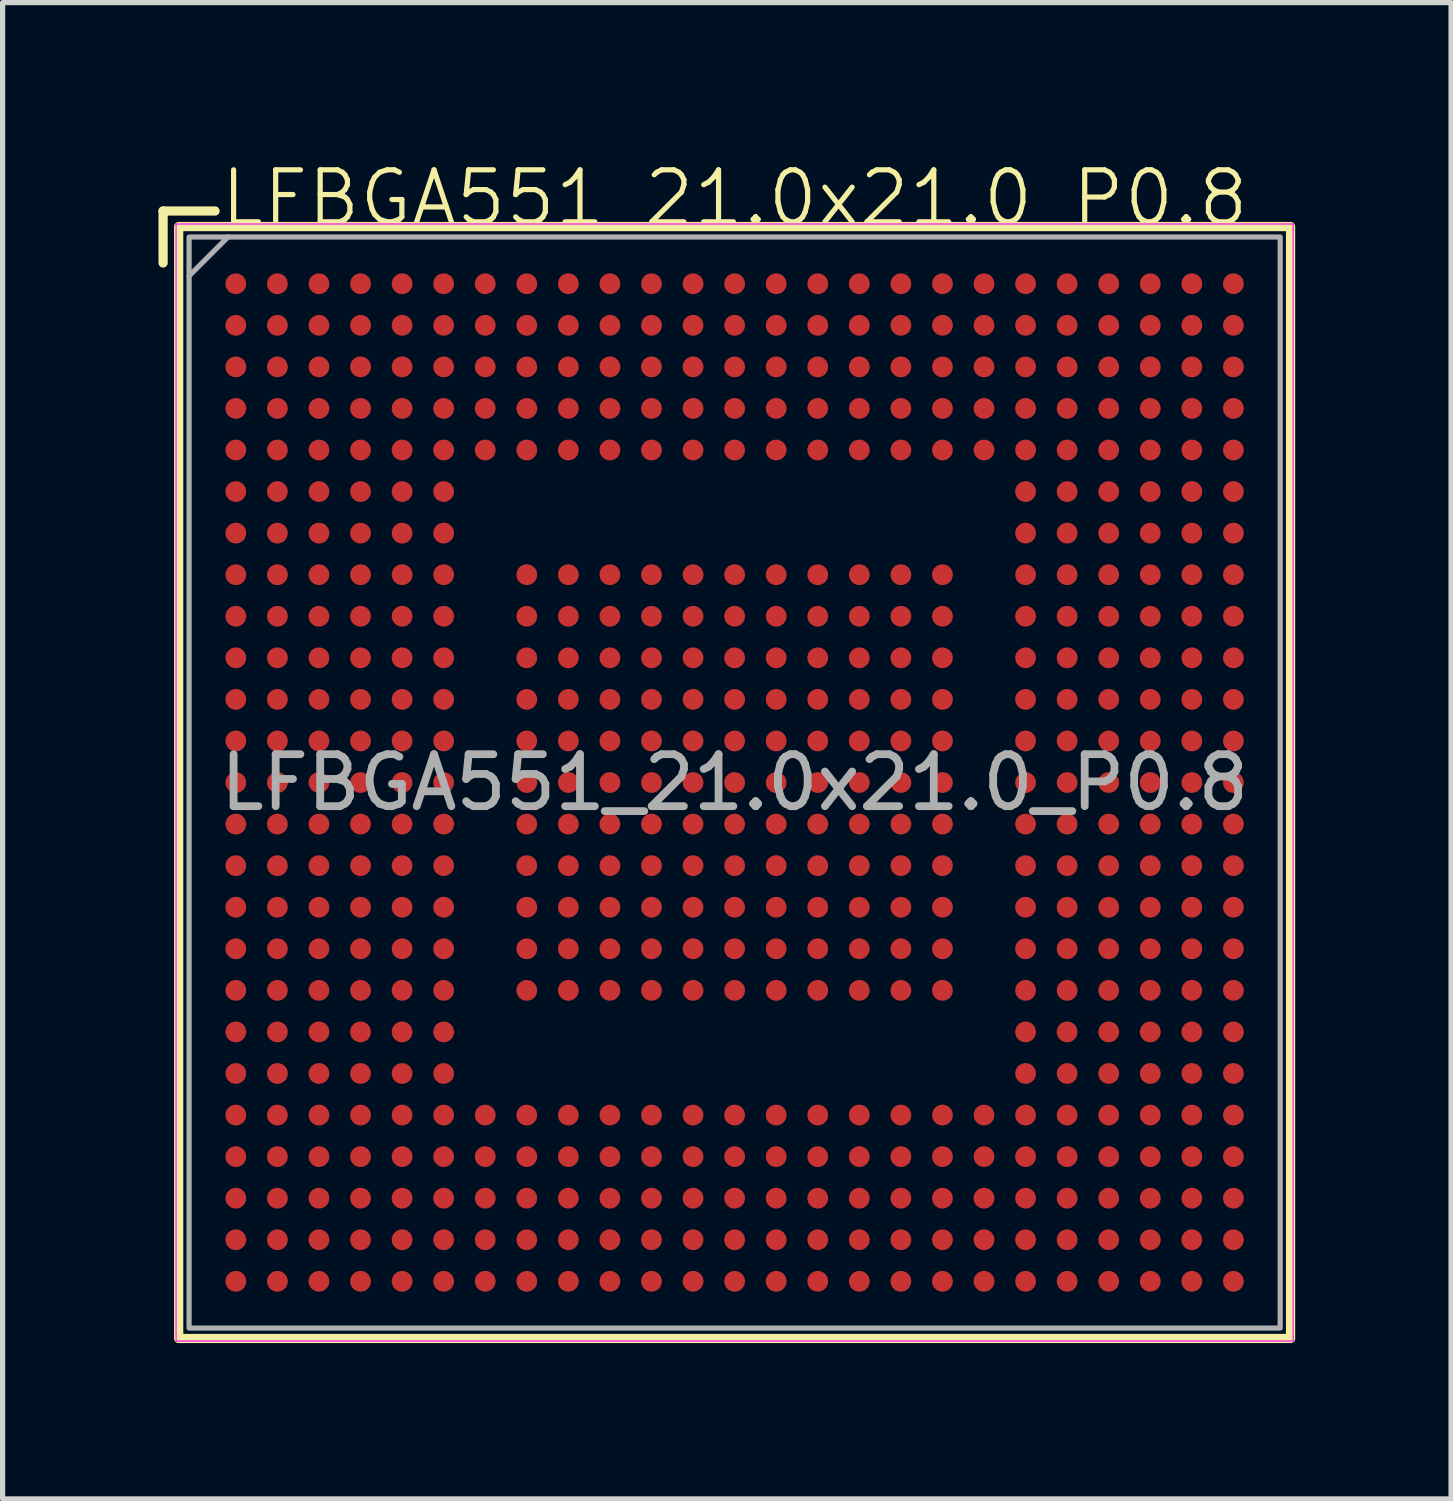
<source format=kicad_pcb>
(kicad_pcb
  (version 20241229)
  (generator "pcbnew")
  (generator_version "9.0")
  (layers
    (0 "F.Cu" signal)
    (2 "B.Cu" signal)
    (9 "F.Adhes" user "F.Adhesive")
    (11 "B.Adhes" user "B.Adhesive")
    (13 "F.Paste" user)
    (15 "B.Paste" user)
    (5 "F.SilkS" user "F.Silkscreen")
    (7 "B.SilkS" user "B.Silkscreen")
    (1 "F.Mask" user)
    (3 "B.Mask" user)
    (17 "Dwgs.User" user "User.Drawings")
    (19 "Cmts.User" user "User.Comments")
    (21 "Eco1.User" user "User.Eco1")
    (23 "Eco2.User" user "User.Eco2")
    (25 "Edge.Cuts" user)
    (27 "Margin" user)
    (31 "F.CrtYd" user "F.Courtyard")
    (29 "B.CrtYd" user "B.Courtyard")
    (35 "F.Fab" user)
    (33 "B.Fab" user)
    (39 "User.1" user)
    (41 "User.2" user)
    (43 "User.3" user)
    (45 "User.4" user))
  (footprint "LFBGA551_21.0x21.0_P0.8"
    (layer "F.Cu")
    (at 11.089 12.011)
    (property "Reference" "LFBGA551_21.0x21.0_P0.8" (at 0 -11.25 0) (unlocked yes) (layer "F.SilkS") (effects (font (size 1 1) (thickness 0.1))))
    (attr smd)
    (fp_line (start -11 -11) (end -10 -11) (stroke (width 0.178) (type default)) (layer "F.SilkS"))
    (fp_line (start -11 -10) (end -11 -11) (stroke (width 0.178) (type default)) (layer "F.SilkS"))
    (fp_rect (start -10.7 -10.7) (end 10.7 10.7) (stroke (width 0.178) (type default)) (fill no) (layer "F.SilkS"))
    (fp_rect (start -10.75 -10.75) (end 10.75 10.75) (stroke (width 0.025) (type default)) (fill no) (layer "F.CrtYd"))
    (fp_line (start -10.5 -9.75) (end -9.75 -10.5) (stroke (width 0.1) (type default)) (layer "F.Fab"))
    (fp_rect (start -10.5 -10.5) (end 10.5 10.5) (stroke (width 0.1) (type default)) (fill no) (layer "F.Fab"))
    (fp_text user "${REFERENCE}" (at 0 0 0) (unlocked yes) (layer "F.Fab") (effects (font (size 1 1) (thickness 0.15))))
    (pad "A1" smd circle (at -9.6 -9.6) (size 0.4 0.4) (layers "F.Cu" "F.Mask" "F.Paste"))
    (pad "A2" smd circle (at -8.8 -9.6) (size 0.4 0.4) (layers "F.Cu" "F.Mask" "F.Paste"))
    (pad "A3" smd circle (at -8 -9.6) (size 0.4 0.4) (layers "F.Cu" "F.Mask" "F.Paste"))
    (pad "A4" smd circle (at -7.2 -9.6) (size 0.4 0.4) (layers "F.Cu" "F.Mask" "F.Paste"))
    (pad "A5" smd circle (at -6.4 -9.6) (size 0.4 0.4) (layers "F.Cu" "F.Mask" "F.Paste"))
    (pad "A6" smd circle (at -5.6 -9.6) (size 0.4 0.4) (layers "F.Cu" "F.Mask" "F.Paste"))
    (pad "A7" smd circle (at -4.8 -9.6) (size 0.4 0.4) (layers "F.Cu" "F.Mask" "F.Paste"))
    (pad "A8" smd circle (at -4 -9.6) (size 0.4 0.4) (layers "F.Cu" "F.Mask" "F.Paste"))
    (pad "A9" smd circle (at -3.2 -9.6) (size 0.4 0.4) (layers "F.Cu" "F.Mask" "F.Paste"))
    (pad "A10" smd circle (at -2.4 -9.6) (size 0.4 0.4) (layers "F.Cu" "F.Mask" "F.Paste"))
    (pad "A11" smd circle (at -1.6 -9.6) (size 0.4 0.4) (layers "F.Cu" "F.Mask" "F.Paste"))
    (pad "A12" smd circle (at -0.8 -9.6) (size 0.4 0.4) (layers "F.Cu" "F.Mask" "F.Paste"))
    (pad "A13" smd circle (at 0 -9.6) (size 0.4 0.4) (layers "F.Cu" "F.Mask" "F.Paste"))
    (pad "A14" smd circle (at 0.8 -9.6) (size 0.4 0.4) (layers "F.Cu" "F.Mask" "F.Paste"))
    (pad "A15" smd circle (at 1.6 -9.6) (size 0.4 0.4) (layers "F.Cu" "F.Mask" "F.Paste"))
    (pad "A16" smd circle (at 2.4 -9.6) (size 0.4 0.4) (layers "F.Cu" "F.Mask" "F.Paste"))
    (pad "A17" smd circle (at 3.2 -9.6) (size 0.4 0.4) (layers "F.Cu" "F.Mask" "F.Paste"))
    (pad "A18" smd circle (at 4 -9.6) (size 0.4 0.4) (layers "F.Cu" "F.Mask" "F.Paste"))
    (pad "A19" smd circle (at 4.8 -9.6) (size 0.4 0.4) (layers "F.Cu" "F.Mask" "F.Paste"))
    (pad "A20" smd circle (at 5.6 -9.6) (size 0.4 0.4) (layers "F.Cu" "F.Mask" "F.Paste"))
    (pad "A21" smd circle (at 6.4 -9.6) (size 0.4 0.4) (layers "F.Cu" "F.Mask" "F.Paste"))
    (pad "A22" smd circle (at 7.2 -9.6) (size 0.4 0.4) (layers "F.Cu" "F.Mask" "F.Paste"))
    (pad "A23" smd circle (at 8 -9.6) (size 0.4 0.4) (layers "F.Cu" "F.Mask" "F.Paste"))
    (pad "A24" smd circle (at 8.8 -9.6) (size 0.4 0.4) (layers "F.Cu" "F.Mask" "F.Paste"))
    (pad "A25" smd circle (at 9.6 -9.6) (size 0.4 0.4) (layers "F.Cu" "F.Mask" "F.Paste"))
    (pad "AA1" smd circle (at -9.6 6.4) (size 0.4 0.4) (layers "F.Cu" "F.Mask" "F.Paste"))
    (pad "AA2" smd circle (at -8.8 6.4) (size 0.4 0.4) (layers "F.Cu" "F.Mask" "F.Paste"))
    (pad "AA3" smd circle (at -8 6.4) (size 0.4 0.4) (layers "F.Cu" "F.Mask" "F.Paste"))
    (pad "AA4" smd circle (at -7.2 6.4) (size 0.4 0.4) (layers "F.Cu" "F.Mask" "F.Paste"))
    (pad "AA5" smd circle (at -6.4 6.4) (size 0.4 0.4) (layers "F.Cu" "F.Mask" "F.Paste"))
    (pad "AA6" smd circle (at -5.6 6.4) (size 0.4 0.4) (layers "F.Cu" "F.Mask" "F.Paste"))
    (pad "AA7" smd circle (at -4.8 6.4) (size 0.4 0.4) (layers "F.Cu" "F.Mask" "F.Paste"))
    (pad "AA8" smd circle (at -4 6.4) (size 0.4 0.4) (layers "F.Cu" "F.Mask" "F.Paste"))
    (pad "AA9" smd circle (at -3.2 6.4) (size 0.4 0.4) (layers "F.Cu" "F.Mask" "F.Paste"))
    (pad "AA10" smd circle (at -2.4 6.4) (size 0.4 0.4) (layers "F.Cu" "F.Mask" "F.Paste"))
    (pad "AA11" smd circle (at -1.6 6.4) (size 0.4 0.4) (layers "F.Cu" "F.Mask" "F.Paste"))
    (pad "AA12" smd circle (at -0.8 6.4) (size 0.4 0.4) (layers "F.Cu" "F.Mask" "F.Paste"))
    (pad "AA13" smd circle (at 0 6.4) (size 0.4 0.4) (layers "F.Cu" "F.Mask" "F.Paste"))
    (pad "AA14" smd circle (at 0.8 6.4) (size 0.4 0.4) (layers "F.Cu" "F.Mask" "F.Paste"))
    (pad "AA15" smd circle (at 1.6 6.4) (size 0.4 0.4) (layers "F.Cu" "F.Mask" "F.Paste"))
    (pad "AA16" smd circle (at 2.4 6.4) (size 0.4 0.4) (layers "F.Cu" "F.Mask" "F.Paste"))
    (pad "AA17" smd circle (at 3.2 6.4) (size 0.4 0.4) (layers "F.Cu" "F.Mask" "F.Paste"))
    (pad "AA18" smd circle (at 4 6.4) (size 0.4 0.4) (layers "F.Cu" "F.Mask" "F.Paste"))
    (pad "AA19" smd circle (at 4.8 6.4) (size 0.4 0.4) (layers "F.Cu" "F.Mask" "F.Paste"))
    (pad "AA20" smd circle (at 5.6 6.4) (size 0.4 0.4) (layers "F.Cu" "F.Mask" "F.Paste"))
    (pad "AA21" smd circle (at 6.4 6.4) (size 0.4 0.4) (layers "F.Cu" "F.Mask" "F.Paste"))
    (pad "AA22" smd circle (at 7.2 6.4) (size 0.4 0.4) (layers "F.Cu" "F.Mask" "F.Paste"))
    (pad "AA23" smd circle (at 8 6.4) (size 0.4 0.4) (layers "F.Cu" "F.Mask" "F.Paste"))
    (pad "AA24" smd circle (at 8.8 6.4) (size 0.4 0.4) (layers "F.Cu" "F.Mask" "F.Paste"))
    (pad "AA25" smd circle (at 9.6 6.4) (size 0.4 0.4) (layers "F.Cu" "F.Mask" "F.Paste"))
    (pad "AB1" smd circle (at -9.6 7.2) (size 0.4 0.4) (layers "F.Cu" "F.Mask" "F.Paste"))
    (pad "AB2" smd circle (at -8.8 7.2) (size 0.4 0.4) (layers "F.Cu" "F.Mask" "F.Paste"))
    (pad "AB3" smd circle (at -8 7.2) (size 0.4 0.4) (layers "F.Cu" "F.Mask" "F.Paste"))
    (pad "AB4" smd circle (at -7.2 7.2) (size 0.4 0.4) (layers "F.Cu" "F.Mask" "F.Paste"))
    (pad "AB5" smd circle (at -6.4 7.2) (size 0.4 0.4) (layers "F.Cu" "F.Mask" "F.Paste"))
    (pad "AB6" smd circle (at -5.6 7.2) (size 0.4 0.4) (layers "F.Cu" "F.Mask" "F.Paste"))
    (pad "AB7" smd circle (at -4.8 7.2) (size 0.4 0.4) (layers "F.Cu" "F.Mask" "F.Paste"))
    (pad "AB8" smd circle (at -4 7.2) (size 0.4 0.4) (layers "F.Cu" "F.Mask" "F.Paste"))
    (pad "AB9" smd circle (at -3.2 7.2) (size 0.4 0.4) (layers "F.Cu" "F.Mask" "F.Paste"))
    (pad "AB10" smd circle (at -2.4 7.2) (size 0.4 0.4) (layers "F.Cu" "F.Mask" "F.Paste"))
    (pad "AB11" smd circle (at -1.6 7.2) (size 0.4 0.4) (layers "F.Cu" "F.Mask" "F.Paste"))
    (pad "AB12" smd circle (at -0.8 7.2) (size 0.4 0.4) (layers "F.Cu" "F.Mask" "F.Paste"))
    (pad "AB13" smd circle (at 0 7.2) (size 0.4 0.4) (layers "F.Cu" "F.Mask" "F.Paste"))
    (pad "AB14" smd circle (at 0.8 7.2) (size 0.4 0.4) (layers "F.Cu" "F.Mask" "F.Paste"))
    (pad "AB15" smd circle (at 1.6 7.2) (size 0.4 0.4) (layers "F.Cu" "F.Mask" "F.Paste"))
    (pad "AB16" smd circle (at 2.4 7.2) (size 0.4 0.4) (layers "F.Cu" "F.Mask" "F.Paste"))
    (pad "AB17" smd circle (at 3.2 7.2) (size 0.4 0.4) (layers "F.Cu" "F.Mask" "F.Paste"))
    (pad "AB18" smd circle (at 4 7.2) (size 0.4 0.4) (layers "F.Cu" "F.Mask" "F.Paste"))
    (pad "AB19" smd circle (at 4.8 7.2) (size 0.4 0.4) (layers "F.Cu" "F.Mask" "F.Paste"))
    (pad "AB20" smd circle (at 5.6 7.2) (size 0.4 0.4) (layers "F.Cu" "F.Mask" "F.Paste"))
    (pad "AB21" smd circle (at 6.4 7.2) (size 0.4 0.4) (layers "F.Cu" "F.Mask" "F.Paste"))
    (pad "AB22" smd circle (at 7.2 7.2) (size 0.4 0.4) (layers "F.Cu" "F.Mask" "F.Paste"))
    (pad "AB23" smd circle (at 8 7.2) (size 0.4 0.4) (layers "F.Cu" "F.Mask" "F.Paste"))
    (pad "AB24" smd circle (at 8.8 7.2) (size 0.4 0.4) (layers "F.Cu" "F.Mask" "F.Paste"))
    (pad "AB25" smd circle (at 9.6 7.2) (size 0.4 0.4) (layers "F.Cu" "F.Mask" "F.Paste"))
    (pad "AC1" smd circle (at -9.6 8) (size 0.4 0.4) (layers "F.Cu" "F.Mask" "F.Paste"))
    (pad "AC2" smd circle (at -8.8 8) (size 0.4 0.4) (layers "F.Cu" "F.Mask" "F.Paste"))
    (pad "AC3" smd circle (at -8 8) (size 0.4 0.4) (layers "F.Cu" "F.Mask" "F.Paste"))
    (pad "AC4" smd circle (at -7.2 8) (size 0.4 0.4) (layers "F.Cu" "F.Mask" "F.Paste"))
    (pad "AC5" smd circle (at -6.4 8) (size 0.4 0.4) (layers "F.Cu" "F.Mask" "F.Paste"))
    (pad "AC6" smd circle (at -5.6 8) (size 0.4 0.4) (layers "F.Cu" "F.Mask" "F.Paste"))
    (pad "AC7" smd circle (at -4.8 8) (size 0.4 0.4) (layers "F.Cu" "F.Mask" "F.Paste"))
    (pad "AC8" smd circle (at -4 8) (size 0.4 0.4) (layers "F.Cu" "F.Mask" "F.Paste"))
    (pad "AC9" smd circle (at -3.2 8) (size 0.4 0.4) (layers "F.Cu" "F.Mask" "F.Paste"))
    (pad "AC10" smd circle (at -2.4 8) (size 0.4 0.4) (layers "F.Cu" "F.Mask" "F.Paste"))
    (pad "AC11" smd circle (at -1.6 8) (size 0.4 0.4) (layers "F.Cu" "F.Mask" "F.Paste"))
    (pad "AC12" smd circle (at -0.8 8) (size 0.4 0.4) (layers "F.Cu" "F.Mask" "F.Paste"))
    (pad "AC13" smd circle (at 0 8) (size 0.4 0.4) (layers "F.Cu" "F.Mask" "F.Paste"))
    (pad "AC14" smd circle (at 0.8 8) (size 0.4 0.4) (layers "F.Cu" "F.Mask" "F.Paste"))
    (pad "AC15" smd circle (at 1.6 8) (size 0.4 0.4) (layers "F.Cu" "F.Mask" "F.Paste"))
    (pad "AC16" smd circle (at 2.4 8) (size 0.4 0.4) (layers "F.Cu" "F.Mask" "F.Paste"))
    (pad "AC17" smd circle (at 3.2 8) (size 0.4 0.4) (layers "F.Cu" "F.Mask" "F.Paste"))
    (pad "AC18" smd circle (at 4 8) (size 0.4 0.4) (layers "F.Cu" "F.Mask" "F.Paste"))
    (pad "AC19" smd circle (at 4.8 8) (size 0.4 0.4) (layers "F.Cu" "F.Mask" "F.Paste"))
    (pad "AC20" smd circle (at 5.6 8) (size 0.4 0.4) (layers "F.Cu" "F.Mask" "F.Paste"))
    (pad "AC21" smd circle (at 6.4 8) (size 0.4 0.4) (layers "F.Cu" "F.Mask" "F.Paste"))
    (pad "AC22" smd circle (at 7.2 8) (size 0.4 0.4) (layers "F.Cu" "F.Mask" "F.Paste"))
    (pad "AC23" smd circle (at 8 8) (size 0.4 0.4) (layers "F.Cu" "F.Mask" "F.Paste"))
    (pad "AC24" smd circle (at 8.8 8) (size 0.4 0.4) (layers "F.Cu" "F.Mask" "F.Paste"))
    (pad "AC25" smd circle (at 9.6 8) (size 0.4 0.4) (layers "F.Cu" "F.Mask" "F.Paste"))
    (pad "AD1" smd circle (at -9.6 8.8) (size 0.4 0.4) (layers "F.Cu" "F.Mask" "F.Paste"))
    (pad "AD2" smd circle (at -8.8 8.8) (size 0.4 0.4) (layers "F.Cu" "F.Mask" "F.Paste"))
    (pad "AD3" smd circle (at -8 8.8) (size 0.4 0.4) (layers "F.Cu" "F.Mask" "F.Paste"))
    (pad "AD4" smd circle (at -7.2 8.8) (size 0.4 0.4) (layers "F.Cu" "F.Mask" "F.Paste"))
    (pad "AD5" smd circle (at -6.4 8.8) (size 0.4 0.4) (layers "F.Cu" "F.Mask" "F.Paste"))
    (pad "AD6" smd circle (at -5.6 8.8) (size 0.4 0.4) (layers "F.Cu" "F.Mask" "F.Paste"))
    (pad "AD7" smd circle (at -4.8 8.8) (size 0.4 0.4) (layers "F.Cu" "F.Mask" "F.Paste"))
    (pad "AD8" smd circle (at -4 8.8) (size 0.4 0.4) (layers "F.Cu" "F.Mask" "F.Paste"))
    (pad "AD9" smd circle (at -3.2 8.8) (size 0.4 0.4) (layers "F.Cu" "F.Mask" "F.Paste"))
    (pad "AD10" smd circle (at -2.4 8.8) (size 0.4 0.4) (layers "F.Cu" "F.Mask" "F.Paste"))
    (pad "AD11" smd circle (at -1.6 8.8) (size 0.4 0.4) (layers "F.Cu" "F.Mask" "F.Paste"))
    (pad "AD12" smd circle (at -0.8 8.8) (size 0.4 0.4) (layers "F.Cu" "F.Mask" "F.Paste"))
    (pad "AD13" smd circle (at 0 8.8) (size 0.4 0.4) (layers "F.Cu" "F.Mask" "F.Paste"))
    (pad "AD14" smd circle (at 0.8 8.8) (size 0.4 0.4) (layers "F.Cu" "F.Mask" "F.Paste"))
    (pad "AD15" smd circle (at 1.6 8.8) (size 0.4 0.4) (layers "F.Cu" "F.Mask" "F.Paste"))
    (pad "AD16" smd circle (at 2.4 8.8) (size 0.4 0.4) (layers "F.Cu" "F.Mask" "F.Paste"))
    (pad "AD17" smd circle (at 3.2 8.8) (size 0.4 0.4) (layers "F.Cu" "F.Mask" "F.Paste"))
    (pad "AD18" smd circle (at 4 8.8) (size 0.4 0.4) (layers "F.Cu" "F.Mask" "F.Paste"))
    (pad "AD19" smd circle (at 4.8 8.8) (size 0.4 0.4) (layers "F.Cu" "F.Mask" "F.Paste"))
    (pad "AD20" smd circle (at 5.6 8.8) (size 0.4 0.4) (layers "F.Cu" "F.Mask" "F.Paste"))
    (pad "AD21" smd circle (at 6.4 8.8) (size 0.4 0.4) (layers "F.Cu" "F.Mask" "F.Paste"))
    (pad "AD22" smd circle (at 7.2 8.8) (size 0.4 0.4) (layers "F.Cu" "F.Mask" "F.Paste"))
    (pad "AD23" smd circle (at 8 8.8) (size 0.4 0.4) (layers "F.Cu" "F.Mask" "F.Paste"))
    (pad "AD24" smd circle (at 8.8 8.8) (size 0.4 0.4) (layers "F.Cu" "F.Mask" "F.Paste"))
    (pad "AD25" smd circle (at 9.6 8.8) (size 0.4 0.4) (layers "F.Cu" "F.Mask" "F.Paste"))
    (pad "AE1" smd circle (at -9.6 9.6) (size 0.4 0.4) (layers "F.Cu" "F.Mask" "F.Paste"))
    (pad "AE2" smd circle (at -8.8 9.6) (size 0.4 0.4) (layers "F.Cu" "F.Mask" "F.Paste"))
    (pad "AE3" smd circle (at -8 9.6) (size 0.4 0.4) (layers "F.Cu" "F.Mask" "F.Paste"))
    (pad "AE4" smd circle (at -7.2 9.6) (size 0.4 0.4) (layers "F.Cu" "F.Mask" "F.Paste"))
    (pad "AE5" smd circle (at -6.4 9.6) (size 0.4 0.4) (layers "F.Cu" "F.Mask" "F.Paste"))
    (pad "AE6" smd circle (at -5.6 9.6) (size 0.4 0.4) (layers "F.Cu" "F.Mask" "F.Paste"))
    (pad "AE7" smd circle (at -4.8 9.6) (size 0.4 0.4) (layers "F.Cu" "F.Mask" "F.Paste"))
    (pad "AE8" smd circle (at -4 9.6) (size 0.4 0.4) (layers "F.Cu" "F.Mask" "F.Paste"))
    (pad "AE9" smd circle (at -3.2 9.6) (size 0.4 0.4) (layers "F.Cu" "F.Mask" "F.Paste"))
    (pad "AE10" smd circle (at -2.4 9.6) (size 0.4 0.4) (layers "F.Cu" "F.Mask" "F.Paste"))
    (pad "AE11" smd circle (at -1.6 9.6) (size 0.4 0.4) (layers "F.Cu" "F.Mask" "F.Paste"))
    (pad "AE12" smd circle (at -0.8 9.6) (size 0.4 0.4) (layers "F.Cu" "F.Mask" "F.Paste"))
    (pad "AE13" smd circle (at 0 9.6) (size 0.4 0.4) (layers "F.Cu" "F.Mask" "F.Paste"))
    (pad "AE14" smd circle (at 0.8 9.6) (size 0.4 0.4) (layers "F.Cu" "F.Mask" "F.Paste"))
    (pad "AE15" smd circle (at 1.6 9.6) (size 0.4 0.4) (layers "F.Cu" "F.Mask" "F.Paste"))
    (pad "AE16" smd circle (at 2.4 9.6) (size 0.4 0.4) (layers "F.Cu" "F.Mask" "F.Paste"))
    (pad "AE17" smd circle (at 3.2 9.6) (size 0.4 0.4) (layers "F.Cu" "F.Mask" "F.Paste"))
    (pad "AE18" smd circle (at 4 9.6) (size 0.4 0.4) (layers "F.Cu" "F.Mask" "F.Paste"))
    (pad "AE19" smd circle (at 4.8 9.6) (size 0.4 0.4) (layers "F.Cu" "F.Mask" "F.Paste"))
    (pad "AE20" smd circle (at 5.6 9.6) (size 0.4 0.4) (layers "F.Cu" "F.Mask" "F.Paste"))
    (pad "AE21" smd circle (at 6.4 9.6) (size 0.4 0.4) (layers "F.Cu" "F.Mask" "F.Paste"))
    (pad "AE22" smd circle (at 7.2 9.6) (size 0.4 0.4) (layers "F.Cu" "F.Mask" "F.Paste"))
    (pad "AE23" smd circle (at 8 9.6) (size 0.4 0.4) (layers "F.Cu" "F.Mask" "F.Paste"))
    (pad "AE24" smd circle (at 8.8 9.6) (size 0.4 0.4) (layers "F.Cu" "F.Mask" "F.Paste"))
    (pad "AE25" smd circle (at 9.6 9.6) (size 0.4 0.4) (layers "F.Cu" "F.Mask" "F.Paste"))
    (pad "B1" smd circle (at -9.6 -8.8) (size 0.4 0.4) (layers "F.Cu" "F.Mask" "F.Paste"))
    (pad "B2" smd circle (at -8.8 -8.8) (size 0.4 0.4) (layers "F.Cu" "F.Mask" "F.Paste"))
    (pad "B3" smd circle (at -8 -8.8) (size 0.4 0.4) (layers "F.Cu" "F.Mask" "F.Paste"))
    (pad "B4" smd circle (at -7.2 -8.8) (size 0.4 0.4) (layers "F.Cu" "F.Mask" "F.Paste"))
    (pad "B5" smd circle (at -6.4 -8.8) (size 0.4 0.4) (layers "F.Cu" "F.Mask" "F.Paste"))
    (pad "B6" smd circle (at -5.6 -8.8) (size 0.4 0.4) (layers "F.Cu" "F.Mask" "F.Paste"))
    (pad "B7" smd circle (at -4.8 -8.8) (size 0.4 0.4) (layers "F.Cu" "F.Mask" "F.Paste"))
    (pad "B8" smd circle (at -4 -8.8) (size 0.4 0.4) (layers "F.Cu" "F.Mask" "F.Paste"))
    (pad "B9" smd circle (at -3.2 -8.8) (size 0.4 0.4) (layers "F.Cu" "F.Mask" "F.Paste"))
    (pad "B10" smd circle (at -2.4 -8.8) (size 0.4 0.4) (layers "F.Cu" "F.Mask" "F.Paste"))
    (pad "B11" smd circle (at -1.6 -8.8) (size 0.4 0.4) (layers "F.Cu" "F.Mask" "F.Paste"))
    (pad "B12" smd circle (at -0.8 -8.8) (size 0.4 0.4) (layers "F.Cu" "F.Mask" "F.Paste"))
    (pad "B13" smd circle (at 0 -8.8) (size 0.4 0.4) (layers "F.Cu" "F.Mask" "F.Paste"))
    (pad "B14" smd circle (at 0.8 -8.8) (size 0.4 0.4) (layers "F.Cu" "F.Mask" "F.Paste"))
    (pad "B15" smd circle (at 1.6 -8.8) (size 0.4 0.4) (layers "F.Cu" "F.Mask" "F.Paste"))
    (pad "B16" smd circle (at 2.4 -8.8) (size 0.4 0.4) (layers "F.Cu" "F.Mask" "F.Paste"))
    (pad "B17" smd circle (at 3.2 -8.8) (size 0.4 0.4) (layers "F.Cu" "F.Mask" "F.Paste"))
    (pad "B18" smd circle (at 4 -8.8) (size 0.4 0.4) (layers "F.Cu" "F.Mask" "F.Paste"))
    (pad "B19" smd circle (at 4.8 -8.8) (size 0.4 0.4) (layers "F.Cu" "F.Mask" "F.Paste"))
    (pad "B20" smd circle (at 5.6 -8.8) (size 0.4 0.4) (layers "F.Cu" "F.Mask" "F.Paste"))
    (pad "B21" smd circle (at 6.4 -8.8) (size 0.4 0.4) (layers "F.Cu" "F.Mask" "F.Paste"))
    (pad "B22" smd circle (at 7.2 -8.8) (size 0.4 0.4) (layers "F.Cu" "F.Mask" "F.Paste"))
    (pad "B23" smd circle (at 8 -8.8) (size 0.4 0.4) (layers "F.Cu" "F.Mask" "F.Paste"))
    (pad "B24" smd circle (at 8.8 -8.8) (size 0.4 0.4) (layers "F.Cu" "F.Mask" "F.Paste"))
    (pad "B25" smd circle (at 9.6 -8.8) (size 0.4 0.4) (layers "F.Cu" "F.Mask" "F.Paste"))
    (pad "C1" smd circle (at -9.6 -8) (size 0.4 0.4) (layers "F.Cu" "F.Mask" "F.Paste"))
    (pad "C2" smd circle (at -8.8 -8) (size 0.4 0.4) (layers "F.Cu" "F.Mask" "F.Paste"))
    (pad "C3" smd circle (at -8 -8) (size 0.4 0.4) (layers "F.Cu" "F.Mask" "F.Paste"))
    (pad "C4" smd circle (at -7.2 -8) (size 0.4 0.4) (layers "F.Cu" "F.Mask" "F.Paste"))
    (pad "C5" smd circle (at -6.4 -8) (size 0.4 0.4) (layers "F.Cu" "F.Mask" "F.Paste"))
    (pad "C6" smd circle (at -5.6 -8) (size 0.4 0.4) (layers "F.Cu" "F.Mask" "F.Paste"))
    (pad "C7" smd circle (at -4.8 -8) (size 0.4 0.4) (layers "F.Cu" "F.Mask" "F.Paste"))
    (pad "C8" smd circle (at -4 -8) (size 0.4 0.4) (layers "F.Cu" "F.Mask" "F.Paste"))
    (pad "C9" smd circle (at -3.2 -8) (size 0.4 0.4) (layers "F.Cu" "F.Mask" "F.Paste"))
    (pad "C10" smd circle (at -2.4 -8) (size 0.4 0.4) (layers "F.Cu" "F.Mask" "F.Paste"))
    (pad "C11" smd circle (at -1.6 -8) (size 0.4 0.4) (layers "F.Cu" "F.Mask" "F.Paste"))
    (pad "C12" smd circle (at -0.8 -8) (size 0.4 0.4) (layers "F.Cu" "F.Mask" "F.Paste"))
    (pad "C13" smd circle (at 0 -8) (size 0.4 0.4) (layers "F.Cu" "F.Mask" "F.Paste"))
    (pad "C14" smd circle (at 0.8 -8) (size 0.4 0.4) (layers "F.Cu" "F.Mask" "F.Paste"))
    (pad "C15" smd circle (at 1.6 -8) (size 0.4 0.4) (layers "F.Cu" "F.Mask" "F.Paste"))
    (pad "C16" smd circle (at 2.4 -8) (size 0.4 0.4) (layers "F.Cu" "F.Mask" "F.Paste"))
    (pad "C17" smd circle (at 3.2 -8) (size 0.4 0.4) (layers "F.Cu" "F.Mask" "F.Paste"))
    (pad "C18" smd circle (at 4 -8) (size 0.4 0.4) (layers "F.Cu" "F.Mask" "F.Paste"))
    (pad "C19" smd circle (at 4.8 -8) (size 0.4 0.4) (layers "F.Cu" "F.Mask" "F.Paste"))
    (pad "C20" smd circle (at 5.6 -8) (size 0.4 0.4) (layers "F.Cu" "F.Mask" "F.Paste"))
    (pad "C21" smd circle (at 6.4 -8) (size 0.4 0.4) (layers "F.Cu" "F.Mask" "F.Paste"))
    (pad "C22" smd circle (at 7.2 -8) (size 0.4 0.4) (layers "F.Cu" "F.Mask" "F.Paste"))
    (pad "C23" smd circle (at 8 -8) (size 0.4 0.4) (layers "F.Cu" "F.Mask" "F.Paste"))
    (pad "C24" smd circle (at 8.8 -8) (size 0.4 0.4) (layers "F.Cu" "F.Mask" "F.Paste"))
    (pad "C25" smd circle (at 9.6 -8) (size 0.4 0.4) (layers "F.Cu" "F.Mask" "F.Paste"))
    (pad "D1" smd circle (at -9.6 -7.2) (size 0.4 0.4) (layers "F.Cu" "F.Mask" "F.Paste"))
    (pad "D2" smd circle (at -8.8 -7.2) (size 0.4 0.4) (layers "F.Cu" "F.Mask" "F.Paste"))
    (pad "D3" smd circle (at -8 -7.2) (size 0.4 0.4) (layers "F.Cu" "F.Mask" "F.Paste"))
    (pad "D4" smd circle (at -7.2 -7.2) (size 0.4 0.4) (layers "F.Cu" "F.Mask" "F.Paste"))
    (pad "D5" smd circle (at -6.4 -7.2) (size 0.4 0.4) (layers "F.Cu" "F.Mask" "F.Paste"))
    (pad "D6" smd circle (at -5.6 -7.2) (size 0.4 0.4) (layers "F.Cu" "F.Mask" "F.Paste"))
    (pad "D7" smd circle (at -4.8 -7.2) (size 0.4 0.4) (layers "F.Cu" "F.Mask" "F.Paste"))
    (pad "D8" smd circle (at -4 -7.2) (size 0.4 0.4) (layers "F.Cu" "F.Mask" "F.Paste"))
    (pad "D9" smd circle (at -3.2 -7.2) (size 0.4 0.4) (layers "F.Cu" "F.Mask" "F.Paste"))
    (pad "D10" smd circle (at -2.4 -7.2) (size 0.4 0.4) (layers "F.Cu" "F.Mask" "F.Paste"))
    (pad "D11" smd circle (at -1.6 -7.2) (size 0.4 0.4) (layers "F.Cu" "F.Mask" "F.Paste"))
    (pad "D12" smd circle (at -0.8 -7.2) (size 0.4 0.4) (layers "F.Cu" "F.Mask" "F.Paste"))
    (pad "D13" smd circle (at 0 -7.2) (size 0.4 0.4) (layers "F.Cu" "F.Mask" "F.Paste"))
    (pad "D14" smd circle (at 0.8 -7.2) (size 0.4 0.4) (layers "F.Cu" "F.Mask" "F.Paste"))
    (pad "D15" smd circle (at 1.6 -7.2) (size 0.4 0.4) (layers "F.Cu" "F.Mask" "F.Paste"))
    (pad "D16" smd circle (at 2.4 -7.2) (size 0.4 0.4) (layers "F.Cu" "F.Mask" "F.Paste"))
    (pad "D17" smd circle (at 3.2 -7.2) (size 0.4 0.4) (layers "F.Cu" "F.Mask" "F.Paste"))
    (pad "D18" smd circle (at 4 -7.2) (size 0.4 0.4) (layers "F.Cu" "F.Mask" "F.Paste"))
    (pad "D19" smd circle (at 4.8 -7.2) (size 0.4 0.4) (layers "F.Cu" "F.Mask" "F.Paste"))
    (pad "D20" smd circle (at 5.6 -7.2) (size 0.4 0.4) (layers "F.Cu" "F.Mask" "F.Paste"))
    (pad "D21" smd circle (at 6.4 -7.2) (size 0.4 0.4) (layers "F.Cu" "F.Mask" "F.Paste"))
    (pad "D22" smd circle (at 7.2 -7.2) (size 0.4 0.4) (layers "F.Cu" "F.Mask" "F.Paste"))
    (pad "D23" smd circle (at 8 -7.2) (size 0.4 0.4) (layers "F.Cu" "F.Mask" "F.Paste"))
    (pad "D24" smd circle (at 8.8 -7.2) (size 0.4 0.4) (layers "F.Cu" "F.Mask" "F.Paste"))
    (pad "D25" smd circle (at 9.6 -7.2) (size 0.4 0.4) (layers "F.Cu" "F.Mask" "F.Paste"))
    (pad "E1" smd circle (at -9.6 -6.4) (size 0.4 0.4) (layers "F.Cu" "F.Mask" "F.Paste"))
    (pad "E2" smd circle (at -8.8 -6.4) (size 0.4 0.4) (layers "F.Cu" "F.Mask" "F.Paste"))
    (pad "E3" smd circle (at -8 -6.4) (size 0.4 0.4) (layers "F.Cu" "F.Mask" "F.Paste"))
    (pad "E4" smd circle (at -7.2 -6.4) (size 0.4 0.4) (layers "F.Cu" "F.Mask" "F.Paste"))
    (pad "E5" smd circle (at -6.4 -6.4) (size 0.4 0.4) (layers "F.Cu" "F.Mask" "F.Paste"))
    (pad "E6" smd circle (at -5.6 -6.4) (size 0.4 0.4) (layers "F.Cu" "F.Mask" "F.Paste"))
    (pad "E7" smd circle (at -4.8 -6.4) (size 0.4 0.4) (layers "F.Cu" "F.Mask" "F.Paste"))
    (pad "E8" smd circle (at -4 -6.4) (size 0.4 0.4) (layers "F.Cu" "F.Mask" "F.Paste"))
    (pad "E9" smd circle (at -3.2 -6.4) (size 0.4 0.4) (layers "F.Cu" "F.Mask" "F.Paste"))
    (pad "E10" smd circle (at -2.4 -6.4) (size 0.4 0.4) (layers "F.Cu" "F.Mask" "F.Paste"))
    (pad "E11" smd circle (at -1.6 -6.4) (size 0.4 0.4) (layers "F.Cu" "F.Mask" "F.Paste"))
    (pad "E12" smd circle (at -0.8 -6.4) (size 0.4 0.4) (layers "F.Cu" "F.Mask" "F.Paste"))
    (pad "E13" smd circle (at 0 -6.4) (size 0.4 0.4) (layers "F.Cu" "F.Mask" "F.Paste"))
    (pad "E14" smd circle (at 0.8 -6.4) (size 0.4 0.4) (layers "F.Cu" "F.Mask" "F.Paste"))
    (pad "E15" smd circle (at 1.6 -6.4) (size 0.4 0.4) (layers "F.Cu" "F.Mask" "F.Paste"))
    (pad "E16" smd circle (at 2.4 -6.4) (size 0.4 0.4) (layers "F.Cu" "F.Mask" "F.Paste"))
    (pad "E17" smd circle (at 3.2 -6.4) (size 0.4 0.4) (layers "F.Cu" "F.Mask" "F.Paste"))
    (pad "E18" smd circle (at 4 -6.4) (size 0.4 0.4) (layers "F.Cu" "F.Mask" "F.Paste"))
    (pad "E19" smd circle (at 4.8 -6.4) (size 0.4 0.4) (layers "F.Cu" "F.Mask" "F.Paste"))
    (pad "E20" smd circle (at 5.6 -6.4) (size 0.4 0.4) (layers "F.Cu" "F.Mask" "F.Paste"))
    (pad "E21" smd circle (at 6.4 -6.4) (size 0.4 0.4) (layers "F.Cu" "F.Mask" "F.Paste"))
    (pad "E22" smd circle (at 7.2 -6.4) (size 0.4 0.4) (layers "F.Cu" "F.Mask" "F.Paste"))
    (pad "E23" smd circle (at 8 -6.4) (size 0.4 0.4) (layers "F.Cu" "F.Mask" "F.Paste"))
    (pad "E24" smd circle (at 8.8 -6.4) (size 0.4 0.4) (layers "F.Cu" "F.Mask" "F.Paste"))
    (pad "E25" smd circle (at 9.6 -6.4) (size 0.4 0.4) (layers "F.Cu" "F.Mask" "F.Paste"))
    (pad "F1" smd circle (at -9.6 -5.6) (size 0.4 0.4) (layers "F.Cu" "F.Mask" "F.Paste"))
    (pad "F2" smd circle (at -8.8 -5.6) (size 0.4 0.4) (layers "F.Cu" "F.Mask" "F.Paste"))
    (pad "F3" smd circle (at -8 -5.6) (size 0.4 0.4) (layers "F.Cu" "F.Mask" "F.Paste"))
    (pad "F4" smd circle (at -7.2 -5.6) (size 0.4 0.4) (layers "F.Cu" "F.Mask" "F.Paste"))
    (pad "F5" smd circle (at -6.4 -5.6) (size 0.4 0.4) (layers "F.Cu" "F.Mask" "F.Paste"))
    (pad "F6" smd circle (at -5.6 -5.6) (size 0.4 0.4) (layers "F.Cu" "F.Mask" "F.Paste"))
    (pad "F20" smd circle (at 5.6 -5.6) (size 0.4 0.4) (layers "F.Cu" "F.Mask" "F.Paste"))
    (pad "F21" smd circle (at 6.4 -5.6) (size 0.4 0.4) (layers "F.Cu" "F.Mask" "F.Paste"))
    (pad "F22" smd circle (at 7.2 -5.6) (size 0.4 0.4) (layers "F.Cu" "F.Mask" "F.Paste"))
    (pad "F23" smd circle (at 8 -5.6) (size 0.4 0.4) (layers "F.Cu" "F.Mask" "F.Paste"))
    (pad "F24" smd circle (at 8.8 -5.6) (size 0.4 0.4) (layers "F.Cu" "F.Mask" "F.Paste"))
    (pad "F25" smd circle (at 9.6 -5.6) (size 0.4 0.4) (layers "F.Cu" "F.Mask" "F.Paste"))
    (pad "G1" smd circle (at -9.6 -4.8) (size 0.4 0.4) (layers "F.Cu" "F.Mask" "F.Paste"))
    (pad "G2" smd circle (at -8.8 -4.8) (size 0.4 0.4) (layers "F.Cu" "F.Mask" "F.Paste"))
    (pad "G3" smd circle (at -8 -4.8) (size 0.4 0.4) (layers "F.Cu" "F.Mask" "F.Paste"))
    (pad "G4" smd circle (at -7.2 -4.8) (size 0.4 0.4) (layers "F.Cu" "F.Mask" "F.Paste"))
    (pad "G5" smd circle (at -6.4 -4.8) (size 0.4 0.4) (layers "F.Cu" "F.Mask" "F.Paste"))
    (pad "G6" smd circle (at -5.6 -4.8) (size 0.4 0.4) (layers "F.Cu" "F.Mask" "F.Paste"))
    (pad "G20" smd circle (at 5.6 -4.8) (size 0.4 0.4) (layers "F.Cu" "F.Mask" "F.Paste"))
    (pad "G21" smd circle (at 6.4 -4.8) (size 0.4 0.4) (layers "F.Cu" "F.Mask" "F.Paste"))
    (pad "G22" smd circle (at 7.2 -4.8) (size 0.4 0.4) (layers "F.Cu" "F.Mask" "F.Paste"))
    (pad "G23" smd circle (at 8 -4.8) (size 0.4 0.4) (layers "F.Cu" "F.Mask" "F.Paste"))
    (pad "G24" smd circle (at 8.8 -4.8) (size 0.4 0.4) (layers "F.Cu" "F.Mask" "F.Paste"))
    (pad "G25" smd circle (at 9.6 -4.8) (size 0.4 0.4) (layers "F.Cu" "F.Mask" "F.Paste"))
    (pad "H1" smd circle (at -9.6 -4) (size 0.4 0.4) (layers "F.Cu" "F.Mask" "F.Paste"))
    (pad "H2" smd circle (at -8.8 -4) (size 0.4 0.4) (layers "F.Cu" "F.Mask" "F.Paste"))
    (pad "H3" smd circle (at -8 -4) (size 0.4 0.4) (layers "F.Cu" "F.Mask" "F.Paste"))
    (pad "H4" smd circle (at -7.2 -4) (size 0.4 0.4) (layers "F.Cu" "F.Mask" "F.Paste"))
    (pad "H5" smd circle (at -6.4 -4) (size 0.4 0.4) (layers "F.Cu" "F.Mask" "F.Paste"))
    (pad "H6" smd circle (at -5.6 -4) (size 0.4 0.4) (layers "F.Cu" "F.Mask" "F.Paste"))
    (pad "H8" smd circle (at -4 -4) (size 0.4 0.4) (layers "F.Cu" "F.Mask" "F.Paste"))
    (pad "H9" smd circle (at -3.2 -4) (size 0.4 0.4) (layers "F.Cu" "F.Mask" "F.Paste"))
    (pad "H10" smd circle (at -2.4 -4) (size 0.4 0.4) (layers "F.Cu" "F.Mask" "F.Paste"))
    (pad "H11" smd circle (at -1.6 -4) (size 0.4 0.4) (layers "F.Cu" "F.Mask" "F.Paste"))
    (pad "H12" smd circle (at -0.8 -4) (size 0.4 0.4) (layers "F.Cu" "F.Mask" "F.Paste"))
    (pad "H13" smd circle (at 0 -4) (size 0.4 0.4) (layers "F.Cu" "F.Mask" "F.Paste"))
    (pad "H14" smd circle (at 0.8 -4) (size 0.4 0.4) (layers "F.Cu" "F.Mask" "F.Paste"))
    (pad "H15" smd circle (at 1.6 -4) (size 0.4 0.4) (layers "F.Cu" "F.Mask" "F.Paste"))
    (pad "H16" smd circle (at 2.4 -4) (size 0.4 0.4) (layers "F.Cu" "F.Mask" "F.Paste"))
    (pad "H17" smd circle (at 3.2 -4) (size 0.4 0.4) (layers "F.Cu" "F.Mask" "F.Paste"))
    (pad "H18" smd circle (at 4 -4) (size 0.4 0.4) (layers "F.Cu" "F.Mask" "F.Paste"))
    (pad "H20" smd circle (at 5.6 -4) (size 0.4 0.4) (layers "F.Cu" "F.Mask" "F.Paste"))
    (pad "H21" smd circle (at 6.4 -4) (size 0.4 0.4) (layers "F.Cu" "F.Mask" "F.Paste"))
    (pad "H22" smd circle (at 7.2 -4) (size 0.4 0.4) (layers "F.Cu" "F.Mask" "F.Paste"))
    (pad "H23" smd circle (at 8 -4) (size 0.4 0.4) (layers "F.Cu" "F.Mask" "F.Paste"))
    (pad "H24" smd circle (at 8.8 -4) (size 0.4 0.4) (layers "F.Cu" "F.Mask" "F.Paste"))
    (pad "H25" smd circle (at 9.6 -4) (size 0.4 0.4) (layers "F.Cu" "F.Mask" "F.Paste"))
    (pad "J1" smd circle (at -9.6 -3.2) (size 0.4 0.4) (layers "F.Cu" "F.Mask" "F.Paste"))
    (pad "J2" smd circle (at -8.8 -3.2) (size 0.4 0.4) (layers "F.Cu" "F.Mask" "F.Paste"))
    (pad "J3" smd circle (at -8 -3.2) (size 0.4 0.4) (layers "F.Cu" "F.Mask" "F.Paste"))
    (pad "J4" smd circle (at -7.2 -3.2) (size 0.4 0.4) (layers "F.Cu" "F.Mask" "F.Paste"))
    (pad "J5" smd circle (at -6.4 -3.2) (size 0.4 0.4) (layers "F.Cu" "F.Mask" "F.Paste"))
    (pad "J6" smd circle (at -5.6 -3.2) (size 0.4 0.4) (layers "F.Cu" "F.Mask" "F.Paste"))
    (pad "J8" smd circle (at -4 -3.2) (size 0.4 0.4) (layers "F.Cu" "F.Mask" "F.Paste"))
    (pad "J9" smd circle (at -3.2 -3.2) (size 0.4 0.4) (layers "F.Cu" "F.Mask" "F.Paste"))
    (pad "J10" smd circle (at -2.4 -3.2) (size 0.4 0.4) (layers "F.Cu" "F.Mask" "F.Paste"))
    (pad "J11" smd circle (at -1.6 -3.2) (size 0.4 0.4) (layers "F.Cu" "F.Mask" "F.Paste"))
    (pad "J12" smd circle (at -0.8 -3.2) (size 0.4 0.4) (layers "F.Cu" "F.Mask" "F.Paste"))
    (pad "J13" smd circle (at 0 -3.2) (size 0.4 0.4) (layers "F.Cu" "F.Mask" "F.Paste"))
    (pad "J14" smd circle (at 0.8 -3.2) (size 0.4 0.4) (layers "F.Cu" "F.Mask" "F.Paste"))
    (pad "J15" smd circle (at 1.6 -3.2) (size 0.4 0.4) (layers "F.Cu" "F.Mask" "F.Paste"))
    (pad "J16" smd circle (at 2.4 -3.2) (size 0.4 0.4) (layers "F.Cu" "F.Mask" "F.Paste"))
    (pad "J17" smd circle (at 3.2 -3.2) (size 0.4 0.4) (layers "F.Cu" "F.Mask" "F.Paste"))
    (pad "J18" smd circle (at 4 -3.2) (size 0.4 0.4) (layers "F.Cu" "F.Mask" "F.Paste"))
    (pad "J20" smd circle (at 5.6 -3.2) (size 0.4 0.4) (layers "F.Cu" "F.Mask" "F.Paste"))
    (pad "J21" smd circle (at 6.4 -3.2) (size 0.4 0.4) (layers "F.Cu" "F.Mask" "F.Paste"))
    (pad "J22" smd circle (at 7.2 -3.2) (size 0.4 0.4) (layers "F.Cu" "F.Mask" "F.Paste"))
    (pad "J23" smd circle (at 8 -3.2) (size 0.4 0.4) (layers "F.Cu" "F.Mask" "F.Paste"))
    (pad "J24" smd circle (at 8.8 -3.2) (size 0.4 0.4) (layers "F.Cu" "F.Mask" "F.Paste"))
    (pad "J25" smd circle (at 9.6 -3.2) (size 0.4 0.4) (layers "F.Cu" "F.Mask" "F.Paste"))
    (pad "K1" smd circle (at -9.6 -2.4) (size 0.4 0.4) (layers "F.Cu" "F.Mask" "F.Paste"))
    (pad "K2" smd circle (at -8.8 -2.4) (size 0.4 0.4) (layers "F.Cu" "F.Mask" "F.Paste"))
    (pad "K3" smd circle (at -8 -2.4) (size 0.4 0.4) (layers "F.Cu" "F.Mask" "F.Paste"))
    (pad "K4" smd circle (at -7.2 -2.4) (size 0.4 0.4) (layers "F.Cu" "F.Mask" "F.Paste"))
    (pad "K5" smd circle (at -6.4 -2.4) (size 0.4 0.4) (layers "F.Cu" "F.Mask" "F.Paste"))
    (pad "K6" smd circle (at -5.6 -2.4) (size 0.4 0.4) (layers "F.Cu" "F.Mask" "F.Paste"))
    (pad "K8" smd circle (at -4 -2.4) (size 0.4 0.4) (layers "F.Cu" "F.Mask" "F.Paste"))
    (pad "K9" smd circle (at -3.2 -2.4) (size 0.4 0.4) (layers "F.Cu" "F.Mask" "F.Paste"))
    (pad "K10" smd circle (at -2.4 -2.4) (size 0.4 0.4) (layers "F.Cu" "F.Mask" "F.Paste"))
    (pad "K11" smd circle (at -1.6 -2.4) (size 0.4 0.4) (layers "F.Cu" "F.Mask" "F.Paste"))
    (pad "K12" smd circle (at -0.8 -2.4) (size 0.4 0.4) (layers "F.Cu" "F.Mask" "F.Paste"))
    (pad "K13" smd circle (at 0 -2.4) (size 0.4 0.4) (layers "F.Cu" "F.Mask" "F.Paste"))
    (pad "K14" smd circle (at 0.8 -2.4) (size 0.4 0.4) (layers "F.Cu" "F.Mask" "F.Paste"))
    (pad "K15" smd circle (at 1.6 -2.4) (size 0.4 0.4) (layers "F.Cu" "F.Mask" "F.Paste"))
    (pad "K16" smd circle (at 2.4 -2.4) (size 0.4 0.4) (layers "F.Cu" "F.Mask" "F.Paste"))
    (pad "K17" smd circle (at 3.2 -2.4) (size 0.4 0.4) (layers "F.Cu" "F.Mask" "F.Paste"))
    (pad "K18" smd circle (at 4 -2.4) (size 0.4 0.4) (layers "F.Cu" "F.Mask" "F.Paste"))
    (pad "K20" smd circle (at 5.6 -2.4) (size 0.4 0.4) (layers "F.Cu" "F.Mask" "F.Paste"))
    (pad "K21" smd circle (at 6.4 -2.4) (size 0.4 0.4) (layers "F.Cu" "F.Mask" "F.Paste"))
    (pad "K22" smd circle (at 7.2 -2.4) (size 0.4 0.4) (layers "F.Cu" "F.Mask" "F.Paste"))
    (pad "K23" smd circle (at 8 -2.4) (size 0.4 0.4) (layers "F.Cu" "F.Mask" "F.Paste"))
    (pad "K24" smd circle (at 8.8 -2.4) (size 0.4 0.4) (layers "F.Cu" "F.Mask" "F.Paste"))
    (pad "K25" smd circle (at 9.6 -2.4) (size 0.4 0.4) (layers "F.Cu" "F.Mask" "F.Paste"))
    (pad "L1" smd circle (at -9.6 -1.6) (size 0.4 0.4) (layers "F.Cu" "F.Mask" "F.Paste"))
    (pad "L2" smd circle (at -8.8 -1.6) (size 0.4 0.4) (layers "F.Cu" "F.Mask" "F.Paste"))
    (pad "L3" smd circle (at -8 -1.6) (size 0.4 0.4) (layers "F.Cu" "F.Mask" "F.Paste"))
    (pad "L4" smd circle (at -7.2 -1.6) (size 0.4 0.4) (layers "F.Cu" "F.Mask" "F.Paste"))
    (pad "L5" smd circle (at -6.4 -1.6) (size 0.4 0.4) (layers "F.Cu" "F.Mask" "F.Paste"))
    (pad "L6" smd circle (at -5.6 -1.6) (size 0.4 0.4) (layers "F.Cu" "F.Mask" "F.Paste"))
    (pad "L8" smd circle (at -4 -1.6) (size 0.4 0.4) (layers "F.Cu" "F.Mask" "F.Paste"))
    (pad "L9" smd circle (at -3.2 -1.6) (size 0.4 0.4) (layers "F.Cu" "F.Mask" "F.Paste"))
    (pad "L10" smd circle (at -2.4 -1.6) (size 0.4 0.4) (layers "F.Cu" "F.Mask" "F.Paste"))
    (pad "L11" smd circle (at -1.6 -1.6) (size 0.4 0.4) (layers "F.Cu" "F.Mask" "F.Paste"))
    (pad "L12" smd circle (at -0.8 -1.6) (size 0.4 0.4) (layers "F.Cu" "F.Mask" "F.Paste"))
    (pad "L13" smd circle (at 0 -1.6) (size 0.4 0.4) (layers "F.Cu" "F.Mask" "F.Paste"))
    (pad "L14" smd circle (at 0.8 -1.6) (size 0.4 0.4) (layers "F.Cu" "F.Mask" "F.Paste"))
    (pad "L15" smd circle (at 1.6 -1.6) (size 0.4 0.4) (layers "F.Cu" "F.Mask" "F.Paste"))
    (pad "L16" smd circle (at 2.4 -1.6) (size 0.4 0.4) (layers "F.Cu" "F.Mask" "F.Paste"))
    (pad "L17" smd circle (at 3.2 -1.6) (size 0.4 0.4) (layers "F.Cu" "F.Mask" "F.Paste"))
    (pad "L18" smd circle (at 4 -1.6) (size 0.4 0.4) (layers "F.Cu" "F.Mask" "F.Paste"))
    (pad "L20" smd circle (at 5.6 -1.6) (size 0.4 0.4) (layers "F.Cu" "F.Mask" "F.Paste"))
    (pad "L21" smd circle (at 6.4 -1.6) (size 0.4 0.4) (layers "F.Cu" "F.Mask" "F.Paste"))
    (pad "L22" smd circle (at 7.2 -1.6) (size 0.4 0.4) (layers "F.Cu" "F.Mask" "F.Paste"))
    (pad "L23" smd circle (at 8 -1.6) (size 0.4 0.4) (layers "F.Cu" "F.Mask" "F.Paste"))
    (pad "L24" smd circle (at 8.8 -1.6) (size 0.4 0.4) (layers "F.Cu" "F.Mask" "F.Paste"))
    (pad "L25" smd circle (at 9.6 -1.6) (size 0.4 0.4) (layers "F.Cu" "F.Mask" "F.Paste"))
    (pad "M1" smd circle (at -9.6 -0.8) (size 0.4 0.4) (layers "F.Cu" "F.Mask" "F.Paste"))
    (pad "M2" smd circle (at -8.8 -0.8) (size 0.4 0.4) (layers "F.Cu" "F.Mask" "F.Paste"))
    (pad "M3" smd circle (at -8 -0.8) (size 0.4 0.4) (layers "F.Cu" "F.Mask" "F.Paste"))
    (pad "M4" smd circle (at -7.2 -0.8) (size 0.4 0.4) (layers "F.Cu" "F.Mask" "F.Paste"))
    (pad "M5" smd circle (at -6.4 -0.8) (size 0.4 0.4) (layers "F.Cu" "F.Mask" "F.Paste"))
    (pad "M6" smd circle (at -5.6 -0.8) (size 0.4 0.4) (layers "F.Cu" "F.Mask" "F.Paste"))
    (pad "M8" smd circle (at -4 -0.8) (size 0.4 0.4) (layers "F.Cu" "F.Mask" "F.Paste"))
    (pad "M9" smd circle (at -3.2 -0.8) (size 0.4 0.4) (layers "F.Cu" "F.Mask" "F.Paste"))
    (pad "M10" smd circle (at -2.4 -0.8) (size 0.4 0.4) (layers "F.Cu" "F.Mask" "F.Paste"))
    (pad "M11" smd circle (at -1.6 -0.8) (size 0.4 0.4) (layers "F.Cu" "F.Mask" "F.Paste"))
    (pad "M12" smd circle (at -0.8 -0.8) (size 0.4 0.4) (layers "F.Cu" "F.Mask" "F.Paste"))
    (pad "M13" smd circle (at 0 -0.8) (size 0.4 0.4) (layers "F.Cu" "F.Mask" "F.Paste"))
    (pad "M14" smd circle (at 0.8 -0.8) (size 0.4 0.4) (layers "F.Cu" "F.Mask" "F.Paste"))
    (pad "M15" smd circle (at 1.6 -0.8) (size 0.4 0.4) (layers "F.Cu" "F.Mask" "F.Paste"))
    (pad "M16" smd circle (at 2.4 -0.8) (size 0.4 0.4) (layers "F.Cu" "F.Mask" "F.Paste"))
    (pad "M17" smd circle (at 3.2 -0.8) (size 0.4 0.4) (layers "F.Cu" "F.Mask" "F.Paste"))
    (pad "M18" smd circle (at 4 -0.8) (size 0.4 0.4) (layers "F.Cu" "F.Mask" "F.Paste"))
    (pad "M20" smd circle (at 5.6 -0.8) (size 0.4 0.4) (layers "F.Cu" "F.Mask" "F.Paste"))
    (pad "M21" smd circle (at 6.4 -0.8) (size 0.4 0.4) (layers "F.Cu" "F.Mask" "F.Paste"))
    (pad "M22" smd circle (at 7.2 -0.8) (size 0.4 0.4) (layers "F.Cu" "F.Mask" "F.Paste"))
    (pad "M23" smd circle (at 8 -0.8) (size 0.4 0.4) (layers "F.Cu" "F.Mask" "F.Paste"))
    (pad "M24" smd circle (at 8.8 -0.8) (size 0.4 0.4) (layers "F.Cu" "F.Mask" "F.Paste"))
    (pad "M25" smd circle (at 9.6 -0.8) (size 0.4 0.4) (layers "F.Cu" "F.Mask" "F.Paste"))
    (pad "N1" smd circle (at -9.6 0) (size 0.4 0.4) (layers "F.Cu" "F.Mask" "F.Paste"))
    (pad "N2" smd circle (at -8.8 0) (size 0.4 0.4) (layers "F.Cu" "F.Mask" "F.Paste"))
    (pad "N3" smd circle (at -8 0) (size 0.4 0.4) (layers "F.Cu" "F.Mask" "F.Paste"))
    (pad "N4" smd circle (at -7.2 0) (size 0.4 0.4) (layers "F.Cu" "F.Mask" "F.Paste"))
    (pad "N5" smd circle (at -6.4 0) (size 0.4 0.4) (layers "F.Cu" "F.Mask" "F.Paste"))
    (pad "N6" smd circle (at -5.6 0) (size 0.4 0.4) (layers "F.Cu" "F.Mask" "F.Paste"))
    (pad "N8" smd circle (at -4 0) (size 0.4 0.4) (layers "F.Cu" "F.Mask" "F.Paste"))
    (pad "N9" smd circle (at -3.2 0) (size 0.4 0.4) (layers "F.Cu" "F.Mask" "F.Paste"))
    (pad "N10" smd circle (at -2.4 0) (size 0.4 0.4) (layers "F.Cu" "F.Mask" "F.Paste"))
    (pad "N11" smd circle (at -1.6 0) (size 0.4 0.4) (layers "F.Cu" "F.Mask" "F.Paste"))
    (pad "N12" smd circle (at -0.8 0) (size 0.4 0.4) (layers "F.Cu" "F.Mask" "F.Paste"))
    (pad "N13" smd circle (at 0 0) (size 0.4 0.4) (layers "F.Cu" "F.Mask" "F.Paste"))
    (pad "N14" smd circle (at 0.8 0) (size 0.4 0.4) (layers "F.Cu" "F.Mask" "F.Paste"))
    (pad "N15" smd circle (at 1.6 0) (size 0.4 0.4) (layers "F.Cu" "F.Mask" "F.Paste"))
    (pad "N16" smd circle (at 2.4 0) (size 0.4 0.4) (layers "F.Cu" "F.Mask" "F.Paste"))
    (pad "N17" smd circle (at 3.2 0) (size 0.4 0.4) (layers "F.Cu" "F.Mask" "F.Paste"))
    (pad "N18" smd circle (at 4 0) (size 0.4 0.4) (layers "F.Cu" "F.Mask" "F.Paste"))
    (pad "N20" smd circle (at 5.6 0) (size 0.4 0.4) (layers "F.Cu" "F.Mask" "F.Paste"))
    (pad "N21" smd circle (at 6.4 0) (size 0.4 0.4) (layers "F.Cu" "F.Mask" "F.Paste"))
    (pad "N22" smd circle (at 7.2 0) (size 0.4 0.4) (layers "F.Cu" "F.Mask" "F.Paste"))
    (pad "N23" smd circle (at 8 0) (size 0.4 0.4) (layers "F.Cu" "F.Mask" "F.Paste"))
    (pad "N24" smd circle (at 8.8 0) (size 0.4 0.4) (layers "F.Cu" "F.Mask" "F.Paste"))
    (pad "N25" smd circle (at 9.6 0) (size 0.4 0.4) (layers "F.Cu" "F.Mask" "F.Paste"))
    (pad "P1" smd circle (at -9.6 0.8) (size 0.4 0.4) (layers "F.Cu" "F.Mask" "F.Paste"))
    (pad "P2" smd circle (at -8.8 0.8) (size 0.4 0.4) (layers "F.Cu" "F.Mask" "F.Paste"))
    (pad "P3" smd circle (at -8 0.8) (size 0.4 0.4) (layers "F.Cu" "F.Mask" "F.Paste"))
    (pad "P4" smd circle (at -7.2 0.8) (size 0.4 0.4) (layers "F.Cu" "F.Mask" "F.Paste"))
    (pad "P5" smd circle (at -6.4 0.8) (size 0.4 0.4) (layers "F.Cu" "F.Mask" "F.Paste"))
    (pad "P6" smd circle (at -5.6 0.8) (size 0.4 0.4) (layers "F.Cu" "F.Mask" "F.Paste"))
    (pad "P8" smd circle (at -4 0.8) (size 0.4 0.4) (layers "F.Cu" "F.Mask" "F.Paste"))
    (pad "P9" smd circle (at -3.2 0.8) (size 0.4 0.4) (layers "F.Cu" "F.Mask" "F.Paste"))
    (pad "P10" smd circle (at -2.4 0.8) (size 0.4 0.4) (layers "F.Cu" "F.Mask" "F.Paste"))
    (pad "P11" smd circle (at -1.6 0.8) (size 0.4 0.4) (layers "F.Cu" "F.Mask" "F.Paste"))
    (pad "P12" smd circle (at -0.8 0.8) (size 0.4 0.4) (layers "F.Cu" "F.Mask" "F.Paste"))
    (pad "P13" smd circle (at 0 0.8) (size 0.4 0.4) (layers "F.Cu" "F.Mask" "F.Paste"))
    (pad "P14" smd circle (at 0.8 0.8) (size 0.4 0.4) (layers "F.Cu" "F.Mask" "F.Paste"))
    (pad "P15" smd circle (at 1.6 0.8) (size 0.4 0.4) (layers "F.Cu" "F.Mask" "F.Paste"))
    (pad "P16" smd circle (at 2.4 0.8) (size 0.4 0.4) (layers "F.Cu" "F.Mask" "F.Paste"))
    (pad "P17" smd circle (at 3.2 0.8) (size 0.4 0.4) (layers "F.Cu" "F.Mask" "F.Paste"))
    (pad "P18" smd circle (at 4 0.8) (size 0.4 0.4) (layers "F.Cu" "F.Mask" "F.Paste"))
    (pad "P20" smd circle (at 5.6 0.8) (size 0.4 0.4) (layers "F.Cu" "F.Mask" "F.Paste"))
    (pad "P21" smd circle (at 6.4 0.8) (size 0.4 0.4) (layers "F.Cu" "F.Mask" "F.Paste"))
    (pad "P22" smd circle (at 7.2 0.8) (size 0.4 0.4) (layers "F.Cu" "F.Mask" "F.Paste"))
    (pad "P23" smd circle (at 8 0.8) (size 0.4 0.4) (layers "F.Cu" "F.Mask" "F.Paste"))
    (pad "P24" smd circle (at 8.8 0.8) (size 0.4 0.4) (layers "F.Cu" "F.Mask" "F.Paste"))
    (pad "P25" smd circle (at 9.6 0.8) (size 0.4 0.4) (layers "F.Cu" "F.Mask" "F.Paste"))
    (pad "R1" smd circle (at -9.6 1.6) (size 0.4 0.4) (layers "F.Cu" "F.Mask" "F.Paste"))
    (pad "R2" smd circle (at -8.8 1.6) (size 0.4 0.4) (layers "F.Cu" "F.Mask" "F.Paste"))
    (pad "R3" smd circle (at -8 1.6) (size 0.4 0.4) (layers "F.Cu" "F.Mask" "F.Paste"))
    (pad "R4" smd circle (at -7.2 1.6) (size 0.4 0.4) (layers "F.Cu" "F.Mask" "F.Paste"))
    (pad "R5" smd circle (at -6.4 1.6) (size 0.4 0.4) (layers "F.Cu" "F.Mask" "F.Paste"))
    (pad "R6" smd circle (at -5.6 1.6) (size 0.4 0.4) (layers "F.Cu" "F.Mask" "F.Paste"))
    (pad "R8" smd circle (at -4 1.6) (size 0.4 0.4) (layers "F.Cu" "F.Mask" "F.Paste"))
    (pad "R9" smd circle (at -3.2 1.6) (size 0.4 0.4) (layers "F.Cu" "F.Mask" "F.Paste"))
    (pad "R10" smd circle (at -2.4 1.6) (size 0.4 0.4) (layers "F.Cu" "F.Mask" "F.Paste"))
    (pad "R11" smd circle (at -1.6 1.6) (size 0.4 0.4) (layers "F.Cu" "F.Mask" "F.Paste"))
    (pad "R12" smd circle (at -0.8 1.6) (size 0.4 0.4) (layers "F.Cu" "F.Mask" "F.Paste"))
    (pad "R13" smd circle (at 0 1.6) (size 0.4 0.4) (layers "F.Cu" "F.Mask" "F.Paste"))
    (pad "R14" smd circle (at 0.8 1.6) (size 0.4 0.4) (layers "F.Cu" "F.Mask" "F.Paste"))
    (pad "R15" smd circle (at 1.6 1.6) (size 0.4 0.4) (layers "F.Cu" "F.Mask" "F.Paste"))
    (pad "R16" smd circle (at 2.4 1.6) (size 0.4 0.4) (layers "F.Cu" "F.Mask" "F.Paste"))
    (pad "R17" smd circle (at 3.2 1.6) (size 0.4 0.4) (layers "F.Cu" "F.Mask" "F.Paste"))
    (pad "R18" smd circle (at 4 1.6) (size 0.4 0.4) (layers "F.Cu" "F.Mask" "F.Paste"))
    (pad "R20" smd circle (at 5.6 1.6) (size 0.4 0.4) (layers "F.Cu" "F.Mask" "F.Paste"))
    (pad "R21" smd circle (at 6.4 1.6) (size 0.4 0.4) (layers "F.Cu" "F.Mask" "F.Paste"))
    (pad "R22" smd circle (at 7.2 1.6) (size 0.4 0.4) (layers "F.Cu" "F.Mask" "F.Paste"))
    (pad "R23" smd circle (at 8 1.6) (size 0.4 0.4) (layers "F.Cu" "F.Mask" "F.Paste"))
    (pad "R24" smd circle (at 8.8 1.6) (size 0.4 0.4) (layers "F.Cu" "F.Mask" "F.Paste"))
    (pad "R25" smd circle (at 9.6 1.6) (size 0.4 0.4) (layers "F.Cu" "F.Mask" "F.Paste"))
    (pad "T1" smd circle (at -9.6 2.4) (size 0.4 0.4) (layers "F.Cu" "F.Mask" "F.Paste"))
    (pad "T2" smd circle (at -8.8 2.4) (size 0.4 0.4) (layers "F.Cu" "F.Mask" "F.Paste"))
    (pad "T3" smd circle (at -8 2.4) (size 0.4 0.4) (layers "F.Cu" "F.Mask" "F.Paste"))
    (pad "T4" smd circle (at -7.2 2.4) (size 0.4 0.4) (layers "F.Cu" "F.Mask" "F.Paste"))
    (pad "T5" smd circle (at -6.4 2.4) (size 0.4 0.4) (layers "F.Cu" "F.Mask" "F.Paste"))
    (pad "T6" smd circle (at -5.6 2.4) (size 0.4 0.4) (layers "F.Cu" "F.Mask" "F.Paste"))
    (pad "T8" smd circle (at -4 2.4) (size 0.4 0.4) (layers "F.Cu" "F.Mask" "F.Paste"))
    (pad "T9" smd circle (at -3.2 2.4) (size 0.4 0.4) (layers "F.Cu" "F.Mask" "F.Paste"))
    (pad "T10" smd circle (at -2.4 2.4) (size 0.4 0.4) (layers "F.Cu" "F.Mask" "F.Paste"))
    (pad "T11" smd circle (at -1.6 2.4) (size 0.4 0.4) (layers "F.Cu" "F.Mask" "F.Paste"))
    (pad "T12" smd circle (at -0.8 2.4) (size 0.4 0.4) (layers "F.Cu" "F.Mask" "F.Paste"))
    (pad "T13" smd circle (at 0 2.4) (size 0.4 0.4) (layers "F.Cu" "F.Mask" "F.Paste"))
    (pad "T14" smd circle (at 0.8 2.4) (size 0.4 0.4) (layers "F.Cu" "F.Mask" "F.Paste"))
    (pad "T15" smd circle (at 1.6 2.4) (size 0.4 0.4) (layers "F.Cu" "F.Mask" "F.Paste"))
    (pad "T16" smd circle (at 2.4 2.4) (size 0.4 0.4) (layers "F.Cu" "F.Mask" "F.Paste"))
    (pad "T17" smd circle (at 3.2 2.4) (size 0.4 0.4) (layers "F.Cu" "F.Mask" "F.Paste"))
    (pad "T18" smd circle (at 4 2.4) (size 0.4 0.4) (layers "F.Cu" "F.Mask" "F.Paste"))
    (pad "T20" smd circle (at 5.6 2.4) (size 0.4 0.4) (layers "F.Cu" "F.Mask" "F.Paste"))
    (pad "T21" smd circle (at 6.4 2.4) (size 0.4 0.4) (layers "F.Cu" "F.Mask" "F.Paste"))
    (pad "T22" smd circle (at 7.2 2.4) (size 0.4 0.4) (layers "F.Cu" "F.Mask" "F.Paste"))
    (pad "T23" smd circle (at 8 2.4) (size 0.4 0.4) (layers "F.Cu" "F.Mask" "F.Paste"))
    (pad "T24" smd circle (at 8.8 2.4) (size 0.4 0.4) (layers "F.Cu" "F.Mask" "F.Paste"))
    (pad "T25" smd circle (at 9.6 2.4) (size 0.4 0.4) (layers "F.Cu" "F.Mask" "F.Paste"))
    (pad "U1" smd circle (at -9.6 3.2) (size 0.4 0.4) (layers "F.Cu" "F.Mask" "F.Paste"))
    (pad "U2" smd circle (at -8.8 3.2) (size 0.4 0.4) (layers "F.Cu" "F.Mask" "F.Paste"))
    (pad "U3" smd circle (at -8 3.2) (size 0.4 0.4) (layers "F.Cu" "F.Mask" "F.Paste"))
    (pad "U4" smd circle (at -7.2 3.2) (size 0.4 0.4) (layers "F.Cu" "F.Mask" "F.Paste"))
    (pad "U5" smd circle (at -6.4 3.2) (size 0.4 0.4) (layers "F.Cu" "F.Mask" "F.Paste"))
    (pad "U6" smd circle (at -5.6 3.2) (size 0.4 0.4) (layers "F.Cu" "F.Mask" "F.Paste"))
    (pad "U8" smd circle (at -4 3.2) (size 0.4 0.4) (layers "F.Cu" "F.Mask" "F.Paste"))
    (pad "U9" smd circle (at -3.2 3.2) (size 0.4 0.4) (layers "F.Cu" "F.Mask" "F.Paste"))
    (pad "U10" smd circle (at -2.4 3.2) (size 0.4 0.4) (layers "F.Cu" "F.Mask" "F.Paste"))
    (pad "U11" smd circle (at -1.6 3.2) (size 0.4 0.4) (layers "F.Cu" "F.Mask" "F.Paste"))
    (pad "U12" smd circle (at -0.8 3.2) (size 0.4 0.4) (layers "F.Cu" "F.Mask" "F.Paste"))
    (pad "U13" smd circle (at 0 3.2) (size 0.4 0.4) (layers "F.Cu" "F.Mask" "F.Paste"))
    (pad "U14" smd circle (at 0.8 3.2) (size 0.4 0.4) (layers "F.Cu" "F.Mask" "F.Paste"))
    (pad "U15" smd circle (at 1.6 3.2) (size 0.4 0.4) (layers "F.Cu" "F.Mask" "F.Paste"))
    (pad "U16" smd circle (at 2.4 3.2) (size 0.4 0.4) (layers "F.Cu" "F.Mask" "F.Paste"))
    (pad "U17" smd circle (at 3.2 3.2) (size 0.4 0.4) (layers "F.Cu" "F.Mask" "F.Paste"))
    (pad "U18" smd circle (at 4 3.2) (size 0.4 0.4) (layers "F.Cu" "F.Mask" "F.Paste"))
    (pad "U20" smd circle (at 5.6 3.2) (size 0.4 0.4) (layers "F.Cu" "F.Mask" "F.Paste"))
    (pad "U21" smd circle (at 6.4 3.2) (size 0.4 0.4) (layers "F.Cu" "F.Mask" "F.Paste"))
    (pad "U22" smd circle (at 7.2 3.2) (size 0.4 0.4) (layers "F.Cu" "F.Mask" "F.Paste"))
    (pad "U23" smd circle (at 8 3.2) (size 0.4 0.4) (layers "F.Cu" "F.Mask" "F.Paste"))
    (pad "U24" smd circle (at 8.8 3.2) (size 0.4 0.4) (layers "F.Cu" "F.Mask" "F.Paste"))
    (pad "U25" smd circle (at 9.6 3.2) (size 0.4 0.4) (layers "F.Cu" "F.Mask" "F.Paste"))
    (pad "V1" smd circle (at -9.6 4) (size 0.4 0.4) (layers "F.Cu" "F.Mask" "F.Paste"))
    (pad "V2" smd circle (at -8.8 4) (size 0.4 0.4) (layers "F.Cu" "F.Mask" "F.Paste"))
    (pad "V3" smd circle (at -8 4) (size 0.4 0.4) (layers "F.Cu" "F.Mask" "F.Paste"))
    (pad "V4" smd circle (at -7.2 4) (size 0.4 0.4) (layers "F.Cu" "F.Mask" "F.Paste"))
    (pad "V5" smd circle (at -6.4 4) (size 0.4 0.4) (layers "F.Cu" "F.Mask" "F.Paste"))
    (pad "V6" smd circle (at -5.6 4) (size 0.4 0.4) (layers "F.Cu" "F.Mask" "F.Paste"))
    (pad "V8" smd circle (at -4 4) (size 0.4 0.4) (layers "F.Cu" "F.Mask" "F.Paste"))
    (pad "V9" smd circle (at -3.2 4) (size 0.4 0.4) (layers "F.Cu" "F.Mask" "F.Paste"))
    (pad "V10" smd circle (at -2.4 4) (size 0.4 0.4) (layers "F.Cu" "F.Mask" "F.Paste"))
    (pad "V11" smd circle (at -1.6 4) (size 0.4 0.4) (layers "F.Cu" "F.Mask" "F.Paste"))
    (pad "V12" smd circle (at -0.8 4) (size 0.4 0.4) (layers "F.Cu" "F.Mask" "F.Paste"))
    (pad "V13" smd circle (at 0 4) (size 0.4 0.4) (layers "F.Cu" "F.Mask" "F.Paste"))
    (pad "V14" smd circle (at 0.8 4) (size 0.4 0.4) (layers "F.Cu" "F.Mask" "F.Paste"))
    (pad "V15" smd circle (at 1.6 4) (size 0.4 0.4) (layers "F.Cu" "F.Mask" "F.Paste"))
    (pad "V16" smd circle (at 2.4 4) (size 0.4 0.4) (layers "F.Cu" "F.Mask" "F.Paste"))
    (pad "V17" smd circle (at 3.2 4) (size 0.4 0.4) (layers "F.Cu" "F.Mask" "F.Paste"))
    (pad "V18" smd circle (at 4 4) (size 0.4 0.4) (layers "F.Cu" "F.Mask" "F.Paste"))
    (pad "V20" smd circle (at 5.6 4) (size 0.4 0.4) (layers "F.Cu" "F.Mask" "F.Paste"))
    (pad "V21" smd circle (at 6.4 4) (size 0.4 0.4) (layers "F.Cu" "F.Mask" "F.Paste"))
    (pad "V22" smd circle (at 7.2 4) (size 0.4 0.4) (layers "F.Cu" "F.Mask" "F.Paste"))
    (pad "V23" smd circle (at 8 4) (size 0.4 0.4) (layers "F.Cu" "F.Mask" "F.Paste"))
    (pad "V24" smd circle (at 8.8 4) (size 0.4 0.4) (layers "F.Cu" "F.Mask" "F.Paste"))
    (pad "V25" smd circle (at 9.6 4) (size 0.4 0.4) (layers "F.Cu" "F.Mask" "F.Paste"))
    (pad "W1" smd circle (at -9.6 4.8) (size 0.4 0.4) (layers "F.Cu" "F.Mask" "F.Paste"))
    (pad "W2" smd circle (at -8.8 4.8) (size 0.4 0.4) (layers "F.Cu" "F.Mask" "F.Paste"))
    (pad "W3" smd circle (at -8 4.8) (size 0.4 0.4) (layers "F.Cu" "F.Mask" "F.Paste"))
    (pad "W4" smd circle (at -7.2 4.8) (size 0.4 0.4) (layers "F.Cu" "F.Mask" "F.Paste"))
    (pad "W5" smd circle (at -6.4 4.8) (size 0.4 0.4) (layers "F.Cu" "F.Mask" "F.Paste"))
    (pad "W6" smd circle (at -5.6 4.8) (size 0.4 0.4) (layers "F.Cu" "F.Mask" "F.Paste"))
    (pad "W20" smd circle (at 5.6 4.8) (size 0.4 0.4) (layers "F.Cu" "F.Mask" "F.Paste"))
    (pad "W21" smd circle (at 6.4 4.8) (size 0.4 0.4) (layers "F.Cu" "F.Mask" "F.Paste"))
    (pad "W22" smd circle (at 7.2 4.8) (size 0.4 0.4) (layers "F.Cu" "F.Mask" "F.Paste"))
    (pad "W23" smd circle (at 8 4.8) (size 0.4 0.4) (layers "F.Cu" "F.Mask" "F.Paste"))
    (pad "W24" smd circle (at 8.8 4.8) (size 0.4 0.4) (layers "F.Cu" "F.Mask" "F.Paste"))
    (pad "W25" smd circle (at 9.6 4.8) (size 0.4 0.4) (layers "F.Cu" "F.Mask" "F.Paste"))
    (pad "Y1" smd circle (at -9.6 5.6) (size 0.4 0.4) (layers "F.Cu" "F.Mask" "F.Paste"))
    (pad "Y2" smd circle (at -8.8 5.6) (size 0.4 0.4) (layers "F.Cu" "F.Mask" "F.Paste"))
    (pad "Y3" smd circle (at -8 5.6) (size 0.4 0.4) (layers "F.Cu" "F.Mask" "F.Paste"))
    (pad "Y4" smd circle (at -7.2 5.6) (size 0.4 0.4) (layers "F.Cu" "F.Mask" "F.Paste"))
    (pad "Y5" smd circle (at -6.4 5.6) (size 0.4 0.4) (layers "F.Cu" "F.Mask" "F.Paste"))
    (pad "Y6" smd circle (at -5.6 5.6) (size 0.4 0.4) (layers "F.Cu" "F.Mask" "F.Paste"))
    (pad "Y20" smd circle (at 5.6 5.6) (size 0.4 0.4) (layers "F.Cu" "F.Mask" "F.Paste"))
    (pad "Y21" smd circle (at 6.4 5.6) (size 0.4 0.4) (layers "F.Cu" "F.Mask" "F.Paste"))
    (pad "Y22" smd circle (at 7.2 5.6) (size 0.4 0.4) (layers "F.Cu" "F.Mask" "F.Paste"))
    (pad "Y23" smd circle (at 8 5.6) (size 0.4 0.4) (layers "F.Cu" "F.Mask" "F.Paste"))
    (pad "Y24" smd circle (at 8.8 5.6) (size 0.4 0.4) (layers "F.Cu" "F.Mask" "F.Paste"))
    (pad "Y25" smd circle (at 9.6 5.6) (size 0.4 0.4) (layers "F.Cu" "F.Mask" "F.Paste")))
  (gr_rect
    (start -3 -3)
    (end 24.878 25.799)
    (stroke (width 0.1) (type default))
    (fill no)
    (layer "Edge.Cuts")))
</source>
